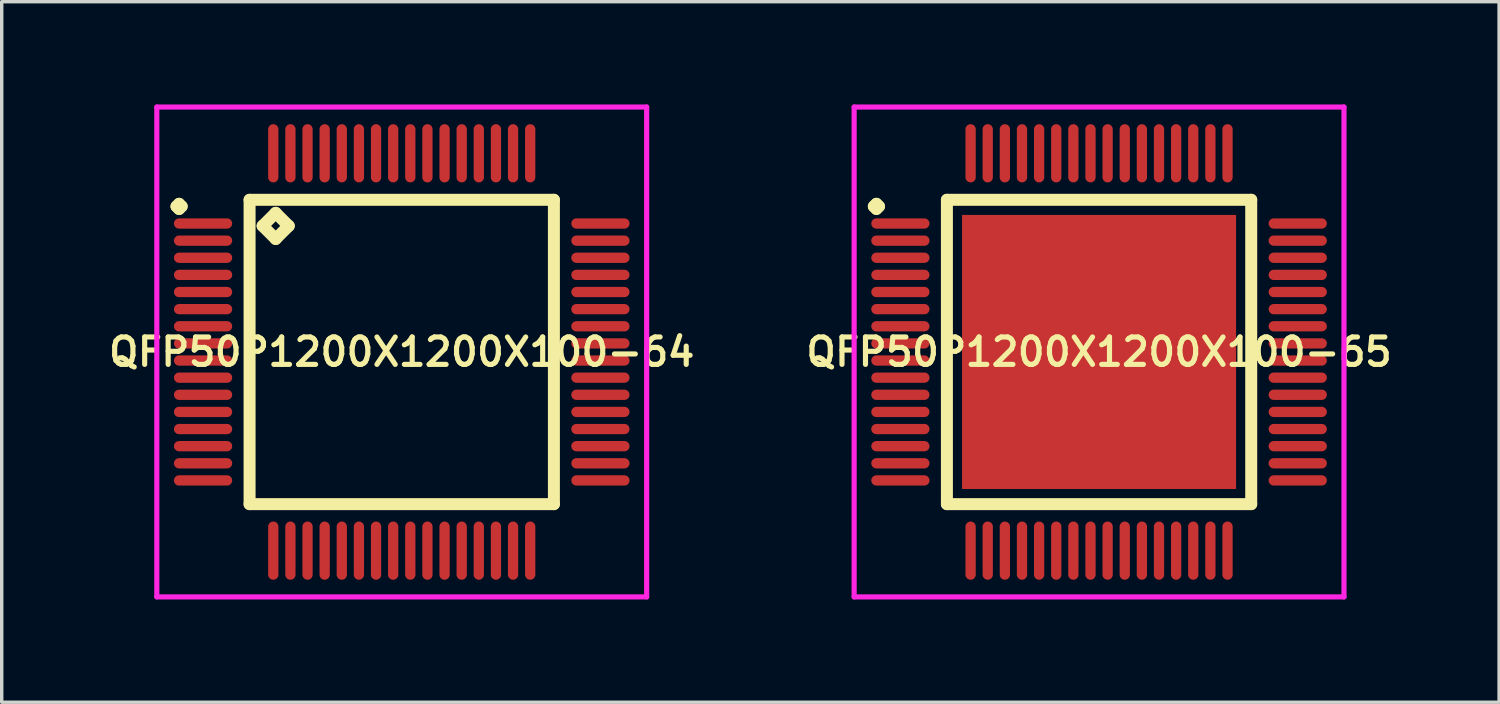
<source format=kicad_pcb>
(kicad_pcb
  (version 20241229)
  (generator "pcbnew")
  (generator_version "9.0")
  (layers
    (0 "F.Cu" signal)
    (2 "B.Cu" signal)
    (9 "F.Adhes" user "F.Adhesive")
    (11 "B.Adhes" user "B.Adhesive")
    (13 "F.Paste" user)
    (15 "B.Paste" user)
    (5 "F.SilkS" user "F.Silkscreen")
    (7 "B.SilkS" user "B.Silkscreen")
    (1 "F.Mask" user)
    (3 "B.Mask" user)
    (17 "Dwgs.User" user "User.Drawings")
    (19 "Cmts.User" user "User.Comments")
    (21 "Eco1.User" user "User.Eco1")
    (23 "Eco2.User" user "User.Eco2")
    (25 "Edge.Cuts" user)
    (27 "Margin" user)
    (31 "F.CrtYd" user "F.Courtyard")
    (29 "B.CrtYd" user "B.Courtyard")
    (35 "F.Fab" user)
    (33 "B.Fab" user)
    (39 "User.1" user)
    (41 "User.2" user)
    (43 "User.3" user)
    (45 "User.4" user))
  (footprint "QFP50P1200X1200X100-65"
    (layer "F.Cu")
    (at 29.035 7.225)
    (property "Reference" "QFP50P1200X1200X100-65" (at 0 0 0) (layer "F.SilkS") (effects (font (size 0.8 0.8) (thickness 0.15))))
    (attr smd)
    (fp_line (start -6.575 -4.25) (end -6.5 -4.325) (stroke (width 0.35) (type solid)) (layer "F.SilkS"))
    (fp_line (start -6.5 -4.325) (end -6.425 -4.25) (stroke (width 0.35) (type solid)) (layer "F.SilkS"))
    (fp_line (start -6.5 -4.175) (end -6.575 -4.25) (stroke (width 0.35) (type solid)) (layer "F.SilkS"))
    (fp_line (start -6.425 -4.25) (end -6.5 -4.175) (stroke (width 0.35) (type solid)) (layer "F.SilkS"))
    (fp_line (start -4.442 -4.442) (end -4.442 4.442) (stroke (width 0.35) (type solid)) (layer "F.SilkS"))
    (fp_line (start -4.442 4.442) (end 4.442 4.442) (stroke (width 0.35) (type solid)) (layer "F.SilkS"))
    (fp_line (start 4.442 -4.442) (end -4.442 -4.442) (stroke (width 0.35) (type solid)) (layer "F.SilkS"))
    (fp_line (start 4.442 4.442) (end 4.442 -4.442) (stroke (width 0.35) (type solid)) (layer "F.SilkS"))
    (fp_line (start -7.15 -7.15) (end 7.15 -7.15) (stroke (width 0.15) (type solid)) (layer "F.CrtYd"))
    (fp_line (start -7.15 7.15) (end -7.15 -7.15) (stroke (width 0.15) (type solid)) (layer "F.CrtYd"))
    (fp_line (start 7.15 -7.15) (end 7.15 7.15) (stroke (width 0.15) (type solid)) (layer "F.CrtYd"))
    (fp_line (start 7.15 7.15) (end -7.15 7.15) (stroke (width 0.15) (type solid)) (layer "F.CrtYd"))
    (pad "1" smd oval (at -5.8 -3.75) (size 1.7 0.3) (layers "F.Cu" "F.Mask" "F.Paste"))
    (pad "2" smd oval (at -5.8 -3.25) (size 1.7 0.3) (layers "F.Cu" "F.Mask" "F.Paste"))
    (pad "3" smd oval (at -5.8 -2.75) (size 1.7 0.3) (layers "F.Cu" "F.Mask" "F.Paste"))
    (pad "4" smd oval (at -5.8 -2.25) (size 1.7 0.3) (layers "F.Cu" "F.Mask" "F.Paste"))
    (pad "5" smd oval (at -5.8 -1.75) (size 1.7 0.3) (layers "F.Cu" "F.Mask" "F.Paste"))
    (pad "6" smd oval (at -5.8 -1.25) (size 1.7 0.3) (layers "F.Cu" "F.Mask" "F.Paste"))
    (pad "7" smd oval (at -5.8 -0.75) (size 1.7 0.3) (layers "F.Cu" "F.Mask" "F.Paste"))
    (pad "8" smd oval (at -5.8 -0.25) (size 1.7 0.3) (layers "F.Cu" "F.Mask" "F.Paste"))
    (pad "9" smd oval (at -5.8 0.25) (size 1.7 0.3) (layers "F.Cu" "F.Mask" "F.Paste"))
    (pad "10" smd oval (at -5.8 0.75) (size 1.7 0.3) (layers "F.Cu" "F.Mask" "F.Paste"))
    (pad "11" smd oval (at -5.8 1.25) (size 1.7 0.3) (layers "F.Cu" "F.Mask" "F.Paste"))
    (pad "12" smd oval (at -5.8 1.75) (size 1.7 0.3) (layers "F.Cu" "F.Mask" "F.Paste"))
    (pad "13" smd oval (at -5.8 2.25) (size 1.7 0.3) (layers "F.Cu" "F.Mask" "F.Paste"))
    (pad "14" smd oval (at -5.8 2.75) (size 1.7 0.3) (layers "F.Cu" "F.Mask" "F.Paste"))
    (pad "15" smd oval (at -5.8 3.25) (size 1.7 0.3) (layers "F.Cu" "F.Mask" "F.Paste"))
    (pad "16" smd oval (at -5.8 3.75) (size 1.7 0.3) (layers "F.Cu" "F.Mask" "F.Paste"))
    (pad "17" smd oval (at -3.75 5.8) (size 0.3 1.7) (layers "F.Cu" "F.Mask" "F.Paste"))
    (pad "18" smd oval (at -3.25 5.8) (size 0.3 1.7) (layers "F.Cu" "F.Mask" "F.Paste"))
    (pad "19" smd oval (at -2.75 5.8) (size 0.3 1.7) (layers "F.Cu" "F.Mask" "F.Paste"))
    (pad "20" smd oval (at -2.25 5.8) (size 0.3 1.7) (layers "F.Cu" "F.Mask" "F.Paste"))
    (pad "21" smd oval (at -1.75 5.8) (size 0.3 1.7) (layers "F.Cu" "F.Mask" "F.Paste"))
    (pad "22" smd oval (at -1.25 5.8) (size 0.3 1.7) (layers "F.Cu" "F.Mask" "F.Paste"))
    (pad "23" smd oval (at -0.75 5.8) (size 0.3 1.7) (layers "F.Cu" "F.Mask" "F.Paste"))
    (pad "24" smd oval (at -0.25 5.8) (size 0.3 1.7) (layers "F.Cu" "F.Mask" "F.Paste"))
    (pad "25" smd oval (at 0.25 5.8) (size 0.3 1.7) (layers "F.Cu" "F.Mask" "F.Paste"))
    (pad "26" smd oval (at 0.75 5.8) (size 0.3 1.7) (layers "F.Cu" "F.Mask" "F.Paste"))
    (pad "27" smd oval (at 1.25 5.8) (size 0.3 1.7) (layers "F.Cu" "F.Mask" "F.Paste"))
    (pad "28" smd oval (at 1.75 5.8) (size 0.3 1.7) (layers "F.Cu" "F.Mask" "F.Paste"))
    (pad "29" smd oval (at 2.25 5.8) (size 0.3 1.7) (layers "F.Cu" "F.Mask" "F.Paste"))
    (pad "30" smd oval (at 2.75 5.8) (size 0.3 1.7) (layers "F.Cu" "F.Mask" "F.Paste"))
    (pad "31" smd oval (at 3.25 5.8) (size 0.3 1.7) (layers "F.Cu" "F.Mask" "F.Paste"))
    (pad "32" smd oval (at 3.75 5.8) (size 0.3 1.7) (layers "F.Cu" "F.Mask" "F.Paste"))
    (pad "33" smd oval (at 5.8 3.75) (size 1.7 0.3) (layers "F.Cu" "F.Mask" "F.Paste"))
    (pad "34" smd oval (at 5.8 3.25) (size 1.7 0.3) (layers "F.Cu" "F.Mask" "F.Paste"))
    (pad "35" smd oval (at 5.8 2.75) (size 1.7 0.3) (layers "F.Cu" "F.Mask" "F.Paste"))
    (pad "36" smd oval (at 5.8 2.25) (size 1.7 0.3) (layers "F.Cu" "F.Mask" "F.Paste"))
    (pad "37" smd oval (at 5.8 1.75) (size 1.7 0.3) (layers "F.Cu" "F.Mask" "F.Paste"))
    (pad "38" smd oval (at 5.8 1.25) (size 1.7 0.3) (layers "F.Cu" "F.Mask" "F.Paste"))
    (pad "39" smd oval (at 5.8 0.75) (size 1.7 0.3) (layers "F.Cu" "F.Mask" "F.Paste"))
    (pad "40" smd oval (at 5.8 0.25) (size 1.7 0.3) (layers "F.Cu" "F.Mask" "F.Paste"))
    (pad "41" smd oval (at 5.8 -0.25) (size 1.7 0.3) (layers "F.Cu" "F.Mask" "F.Paste"))
    (pad "42" smd oval (at 5.8 -0.75) (size 1.7 0.3) (layers "F.Cu" "F.Mask" "F.Paste"))
    (pad "43" smd oval (at 5.8 -1.25) (size 1.7 0.3) (layers "F.Cu" "F.Mask" "F.Paste"))
    (pad "44" smd oval (at 5.8 -1.75) (size 1.7 0.3) (layers "F.Cu" "F.Mask" "F.Paste"))
    (pad "45" smd oval (at 5.8 -2.25) (size 1.7 0.3) (layers "F.Cu" "F.Mask" "F.Paste"))
    (pad "46" smd oval (at 5.8 -2.75) (size 1.7 0.3) (layers "F.Cu" "F.Mask" "F.Paste"))
    (pad "47" smd oval (at 5.8 -3.25) (size 1.7 0.3) (layers "F.Cu" "F.Mask" "F.Paste"))
    (pad "48" smd oval (at 5.8 -3.75) (size 1.7 0.3) (layers "F.Cu" "F.Mask" "F.Paste"))
    (pad "49" smd oval (at 3.75 -5.8) (size 0.3 1.7) (layers "F.Cu" "F.Mask" "F.Paste"))
    (pad "50" smd oval (at 3.25 -5.8) (size 0.3 1.7) (layers "F.Cu" "F.Mask" "F.Paste"))
    (pad "51" smd oval (at 2.75 -5.8) (size 0.3 1.7) (layers "F.Cu" "F.Mask" "F.Paste"))
    (pad "52" smd oval (at 2.25 -5.8) (size 0.3 1.7) (layers "F.Cu" "F.Mask" "F.Paste"))
    (pad "53" smd oval (at 1.75 -5.8) (size 0.3 1.7) (layers "F.Cu" "F.Mask" "F.Paste"))
    (pad "54" smd oval (at 1.25 -5.8) (size 0.3 1.7) (layers "F.Cu" "F.Mask" "F.Paste"))
    (pad "55" smd oval (at 0.75 -5.8) (size 0.3 1.7) (layers "F.Cu" "F.Mask" "F.Paste"))
    (pad "56" smd oval (at 0.25 -5.8) (size 0.3 1.7) (layers "F.Cu" "F.Mask" "F.Paste"))
    (pad "57" smd oval (at -0.25 -5.8) (size 0.3 1.7) (layers "F.Cu" "F.Mask" "F.Paste"))
    (pad "58" smd oval (at -0.75 -5.8) (size 0.3 1.7) (layers "F.Cu" "F.Mask" "F.Paste"))
    (pad "59" smd oval (at -1.25 -5.8) (size 0.3 1.7) (layers "F.Cu" "F.Mask" "F.Paste"))
    (pad "60" smd oval (at -1.75 -5.8) (size 0.3 1.7) (layers "F.Cu" "F.Mask" "F.Paste"))
    (pad "61" smd oval (at -2.25 -5.8) (size 0.3 1.7) (layers "F.Cu" "F.Mask" "F.Paste"))
    (pad "62" smd oval (at -2.75 -5.8) (size 0.3 1.7) (layers "F.Cu" "F.Mask" "F.Paste"))
    (pad "63" smd oval (at -3.25 -5.8) (size 0.3 1.7) (layers "F.Cu" "F.Mask" "F.Paste"))
    (pad "64" smd oval (at -3.75 -5.8) (size 0.3 1.7) (layers "F.Cu" "F.Mask" "F.Paste"))
    (pad "65" smd rect (at 0 0) (size 8 8) (layers "F.Cu" "F.Mask" "F.Paste")))
  (footprint "QFP50P1200X1200X100-64"
    (layer "F.Cu")
    (at 8.678 7.225)
    (property "Reference" "QFP50P1200X1200X100-64" (at 0 0 0) (layer "F.SilkS") (effects (font (size 0.8 0.8) (thickness 0.15))))
    (attr smd)
    (fp_line (start -6.575 -4.25) (end -6.5 -4.325) (stroke (width 0.35) (type solid)) (layer "F.SilkS"))
    (fp_line (start -6.5 -4.325) (end -6.425 -4.25) (stroke (width 0.35) (type solid)) (layer "F.SilkS"))
    (fp_line (start -6.5 -4.175) (end -6.575 -4.25) (stroke (width 0.35) (type solid)) (layer "F.SilkS"))
    (fp_line (start -6.425 -4.25) (end -6.5 -4.175) (stroke (width 0.35) (type solid)) (layer "F.SilkS"))
    (fp_line (start -4.442 -4.442) (end -4.442 4.442) (stroke (width 0.35) (type solid)) (layer "F.SilkS"))
    (fp_line (start -4.442 4.442) (end 4.442 4.442) (stroke (width 0.35) (type solid)) (layer "F.SilkS"))
    (fp_line (start -4.061 -3.68) (end -3.68 -4.061) (stroke (width 0.35) (type solid)) (layer "F.SilkS"))
    (fp_line (start -3.68 -4.061) (end -3.299 -3.68) (stroke (width 0.35) (type solid)) (layer "F.SilkS"))
    (fp_line (start -3.68 -3.299) (end -4.061 -3.68) (stroke (width 0.35) (type solid)) (layer "F.SilkS"))
    (fp_line (start -3.299 -3.68) (end -3.68 -3.299) (stroke (width 0.35) (type solid)) (layer "F.SilkS"))
    (fp_line (start 4.442 -4.442) (end -4.442 -4.442) (stroke (width 0.35) (type solid)) (layer "F.SilkS"))
    (fp_line (start 4.442 4.442) (end 4.442 -4.442) (stroke (width 0.35) (type solid)) (layer "F.SilkS"))
    (fp_line (start -7.15 -7.15) (end 7.15 -7.15) (stroke (width 0.15) (type solid)) (layer "F.CrtYd"))
    (fp_line (start -7.15 7.15) (end -7.15 -7.15) (stroke (width 0.15) (type solid)) (layer "F.CrtYd"))
    (fp_line (start 7.15 -7.15) (end 7.15 7.15) (stroke (width 0.15) (type solid)) (layer "F.CrtYd"))
    (fp_line (start 7.15 7.15) (end -7.15 7.15) (stroke (width 0.15) (type solid)) (layer "F.CrtYd"))
    (pad "1" smd oval (at -5.8 -3.75) (size 1.7 0.3) (layers "F.Cu" "F.Mask" "F.Paste"))
    (pad "2" smd oval (at -5.8 -3.25) (size 1.7 0.3) (layers "F.Cu" "F.Mask" "F.Paste"))
    (pad "3" smd oval (at -5.8 -2.75) (size 1.7 0.3) (layers "F.Cu" "F.Mask" "F.Paste"))
    (pad "4" smd oval (at -5.8 -2.25) (size 1.7 0.3) (layers "F.Cu" "F.Mask" "F.Paste"))
    (pad "5" smd oval (at -5.8 -1.75) (size 1.7 0.3) (layers "F.Cu" "F.Mask" "F.Paste"))
    (pad "6" smd oval (at -5.8 -1.25) (size 1.7 0.3) (layers "F.Cu" "F.Mask" "F.Paste"))
    (pad "7" smd oval (at -5.8 -0.75) (size 1.7 0.3) (layers "F.Cu" "F.Mask" "F.Paste"))
    (pad "8" smd oval (at -5.8 -0.25) (size 1.7 0.3) (layers "F.Cu" "F.Mask" "F.Paste"))
    (pad "9" smd oval (at -5.8 0.25) (size 1.7 0.3) (layers "F.Cu" "F.Mask" "F.Paste"))
    (pad "10" smd oval (at -5.8 0.75) (size 1.7 0.3) (layers "F.Cu" "F.Mask" "F.Paste"))
    (pad "11" smd oval (at -5.8 1.25) (size 1.7 0.3) (layers "F.Cu" "F.Mask" "F.Paste"))
    (pad "12" smd oval (at -5.8 1.75) (size 1.7 0.3) (layers "F.Cu" "F.Mask" "F.Paste"))
    (pad "13" smd oval (at -5.8 2.25) (size 1.7 0.3) (layers "F.Cu" "F.Mask" "F.Paste"))
    (pad "14" smd oval (at -5.8 2.75) (size 1.7 0.3) (layers "F.Cu" "F.Mask" "F.Paste"))
    (pad "15" smd oval (at -5.8 3.25) (size 1.7 0.3) (layers "F.Cu" "F.Mask" "F.Paste"))
    (pad "16" smd oval (at -5.8 3.75) (size 1.7 0.3) (layers "F.Cu" "F.Mask" "F.Paste"))
    (pad "17" smd oval (at -3.75 5.8) (size 0.3 1.7) (layers "F.Cu" "F.Mask" "F.Paste"))
    (pad "18" smd oval (at -3.25 5.8) (size 0.3 1.7) (layers "F.Cu" "F.Mask" "F.Paste"))
    (pad "19" smd oval (at -2.75 5.8) (size 0.3 1.7) (layers "F.Cu" "F.Mask" "F.Paste"))
    (pad "20" smd oval (at -2.25 5.8) (size 0.3 1.7) (layers "F.Cu" "F.Mask" "F.Paste"))
    (pad "21" smd oval (at -1.75 5.8) (size 0.3 1.7) (layers "F.Cu" "F.Mask" "F.Paste"))
    (pad "22" smd oval (at -1.25 5.8) (size 0.3 1.7) (layers "F.Cu" "F.Mask" "F.Paste"))
    (pad "23" smd oval (at -0.75 5.8) (size 0.3 1.7) (layers "F.Cu" "F.Mask" "F.Paste"))
    (pad "24" smd oval (at -0.25 5.8) (size 0.3 1.7) (layers "F.Cu" "F.Mask" "F.Paste"))
    (pad "25" smd oval (at 0.25 5.8) (size 0.3 1.7) (layers "F.Cu" "F.Mask" "F.Paste"))
    (pad "26" smd oval (at 0.75 5.8) (size 0.3 1.7) (layers "F.Cu" "F.Mask" "F.Paste"))
    (pad "27" smd oval (at 1.25 5.8) (size 0.3 1.7) (layers "F.Cu" "F.Mask" "F.Paste"))
    (pad "28" smd oval (at 1.75 5.8) (size 0.3 1.7) (layers "F.Cu" "F.Mask" "F.Paste"))
    (pad "29" smd oval (at 2.25 5.8) (size 0.3 1.7) (layers "F.Cu" "F.Mask" "F.Paste"))
    (pad "30" smd oval (at 2.75 5.8) (size 0.3 1.7) (layers "F.Cu" "F.Mask" "F.Paste"))
    (pad "31" smd oval (at 3.25 5.8) (size 0.3 1.7) (layers "F.Cu" "F.Mask" "F.Paste"))
    (pad "32" smd oval (at 3.75 5.8) (size 0.3 1.7) (layers "F.Cu" "F.Mask" "F.Paste"))
    (pad "33" smd oval (at 5.8 3.75) (size 1.7 0.3) (layers "F.Cu" "F.Mask" "F.Paste"))
    (pad "34" smd oval (at 5.8 3.25) (size 1.7 0.3) (layers "F.Cu" "F.Mask" "F.Paste"))
    (pad "35" smd oval (at 5.8 2.75) (size 1.7 0.3) (layers "F.Cu" "F.Mask" "F.Paste"))
    (pad "36" smd oval (at 5.8 2.25) (size 1.7 0.3) (layers "F.Cu" "F.Mask" "F.Paste"))
    (pad "37" smd oval (at 5.8 1.75) (size 1.7 0.3) (layers "F.Cu" "F.Mask" "F.Paste"))
    (pad "38" smd oval (at 5.8 1.25) (size 1.7 0.3) (layers "F.Cu" "F.Mask" "F.Paste"))
    (pad "39" smd oval (at 5.8 0.75) (size 1.7 0.3) (layers "F.Cu" "F.Mask" "F.Paste"))
    (pad "40" smd oval (at 5.8 0.25) (size 1.7 0.3) (layers "F.Cu" "F.Mask" "F.Paste"))
    (pad "41" smd oval (at 5.8 -0.25) (size 1.7 0.3) (layers "F.Cu" "F.Mask" "F.Paste"))
    (pad "42" smd oval (at 5.8 -0.75) (size 1.7 0.3) (layers "F.Cu" "F.Mask" "F.Paste"))
    (pad "43" smd oval (at 5.8 -1.25) (size 1.7 0.3) (layers "F.Cu" "F.Mask" "F.Paste"))
    (pad "44" smd oval (at 5.8 -1.75) (size 1.7 0.3) (layers "F.Cu" "F.Mask" "F.Paste"))
    (pad "45" smd oval (at 5.8 -2.25) (size 1.7 0.3) (layers "F.Cu" "F.Mask" "F.Paste"))
    (pad "46" smd oval (at 5.8 -2.75) (size 1.7 0.3) (layers "F.Cu" "F.Mask" "F.Paste"))
    (pad "47" smd oval (at 5.8 -3.25) (size 1.7 0.3) (layers "F.Cu" "F.Mask" "F.Paste"))
    (pad "48" smd oval (at 5.8 -3.75) (size 1.7 0.3) (layers "F.Cu" "F.Mask" "F.Paste"))
    (pad "49" smd oval (at 3.75 -5.8) (size 0.3 1.7) (layers "F.Cu" "F.Mask" "F.Paste"))
    (pad "50" smd oval (at 3.25 -5.8) (size 0.3 1.7) (layers "F.Cu" "F.Mask" "F.Paste"))
    (pad "51" smd oval (at 2.75 -5.8) (size 0.3 1.7) (layers "F.Cu" "F.Mask" "F.Paste"))
    (pad "52" smd oval (at 2.25 -5.8) (size 0.3 1.7) (layers "F.Cu" "F.Mask" "F.Paste"))
    (pad "53" smd oval (at 1.75 -5.8) (size 0.3 1.7) (layers "F.Cu" "F.Mask" "F.Paste"))
    (pad "54" smd oval (at 1.25 -5.8) (size 0.3 1.7) (layers "F.Cu" "F.Mask" "F.Paste"))
    (pad "55" smd oval (at 0.75 -5.8) (size 0.3 1.7) (layers "F.Cu" "F.Mask" "F.Paste"))
    (pad "56" smd oval (at 0.25 -5.8) (size 0.3 1.7) (layers "F.Cu" "F.Mask" "F.Paste"))
    (pad "57" smd oval (at -0.25 -5.8) (size 0.3 1.7) (layers "F.Cu" "F.Mask" "F.Paste"))
    (pad "58" smd oval (at -0.75 -5.8) (size 0.3 1.7) (layers "F.Cu" "F.Mask" "F.Paste"))
    (pad "59" smd oval (at -1.25 -5.8) (size 0.3 1.7) (layers "F.Cu" "F.Mask" "F.Paste"))
    (pad "60" smd oval (at -1.75 -5.8) (size 0.3 1.7) (layers "F.Cu" "F.Mask" "F.Paste"))
    (pad "61" smd oval (at -2.25 -5.8) (size 0.3 1.7) (layers "F.Cu" "F.Mask" "F.Paste"))
    (pad "62" smd oval (at -2.75 -5.8) (size 0.3 1.7) (layers "F.Cu" "F.Mask" "F.Paste"))
    (pad "63" smd oval (at -3.25 -5.8) (size 0.3 1.7) (layers "F.Cu" "F.Mask" "F.Paste"))
    (pad "64" smd oval (at -3.75 -5.8) (size 0.3 1.7) (layers "F.Cu" "F.Mask" "F.Paste")))
  (gr_rect
    (start -3 -3)
    (end 40.713 17.45)
    (stroke (width 0.1) (type default))
    (fill no)
    (layer "Edge.Cuts")))
</source>
